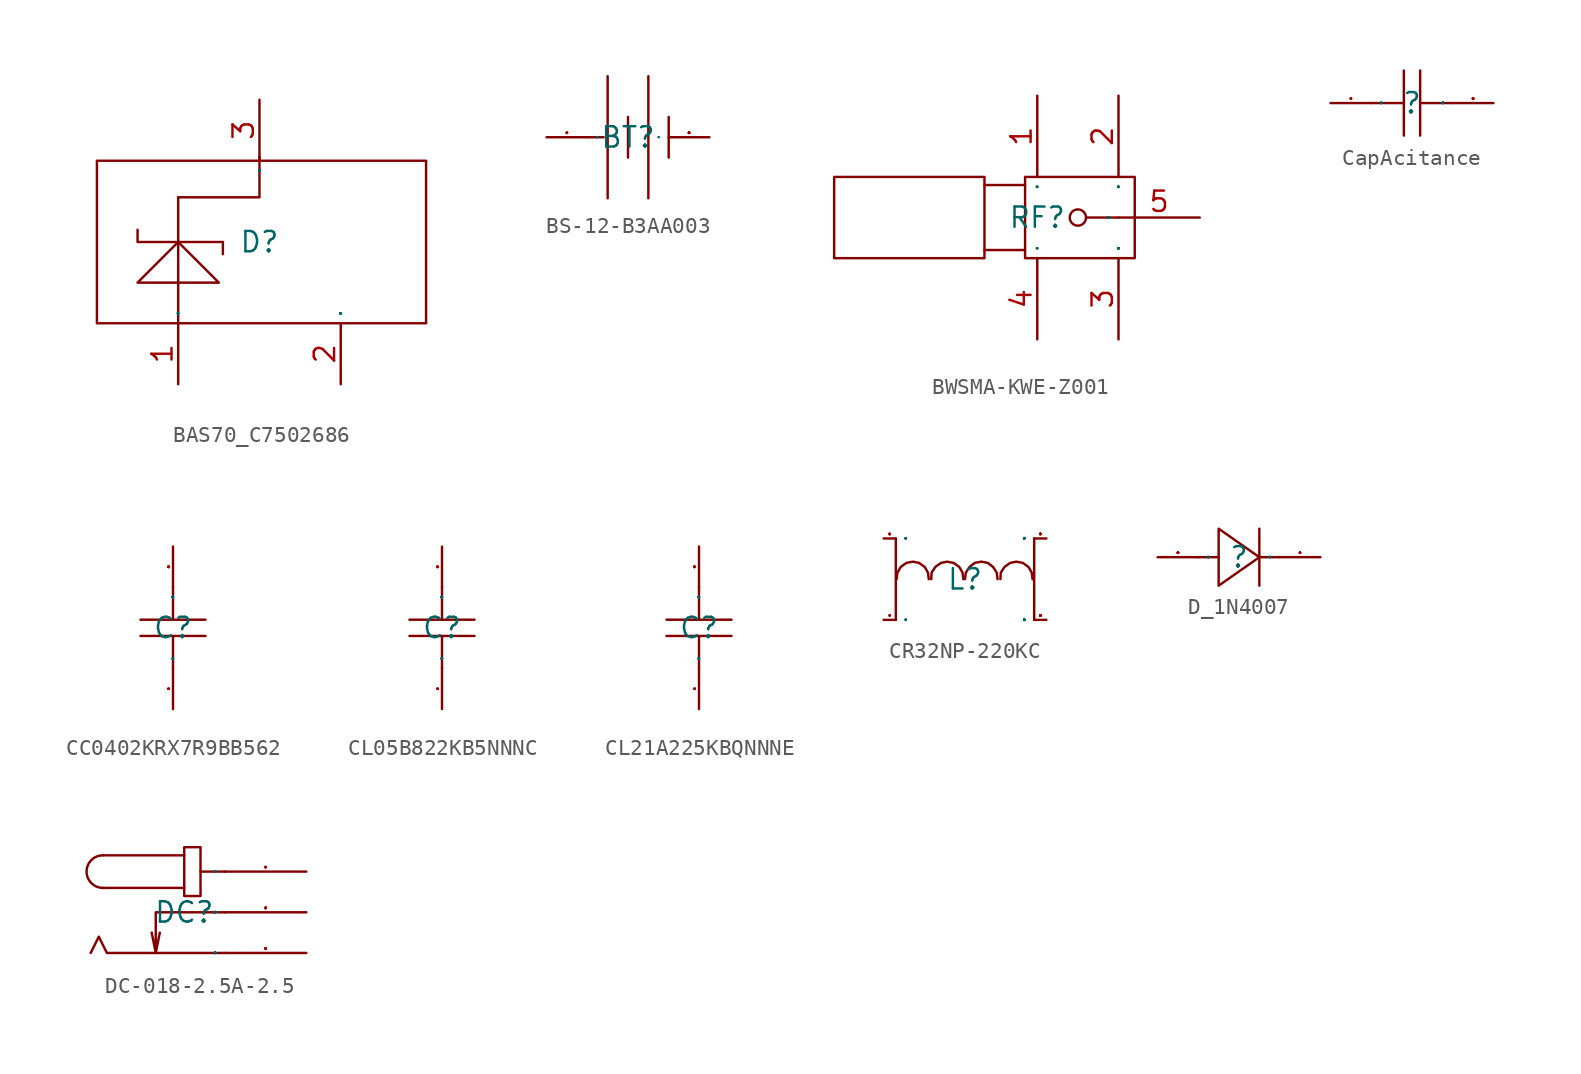
<source format=kicad_sym>
(kicad_symbol_lib
  (version 20241209)
  (generator "kicad_symbol_editor")
  (generator_version "9.0")
  (symbol "BAS70_C7502686"
    (property "Reference" "D"
      (at 0 0 0)
      (effects (font (size 1.27 1.27))))
    (property "Value" ""
      (at 0 0 0)
      (effects (font (size 1.27 1.27))))
    (symbol "BAS70_C7502686_1_0"
      (rectangle (start -10.16 -5.08) (end 10.414 5.08) (stroke (width 0) (type default)) (fill (type none)))
      (polyline (pts (xy -7.62 0.762) (xy -7.62 0) (xy -7.62 0) (xy -5.08 0) (xy -5.08 0) (xy -2.286 0)) (stroke (width 0) (type default)) (fill (type none)))
      (polyline (pts (xy -5.08 2.794) (xy -5.08 -5.08)) (stroke (width 0) (type default)) (fill (type none)))
      (polyline (pts (xy -5.08 2.794) (xy 0 2.794) (xy 0 2.794) (xy 0 5.334)) (stroke (width 0) (type default)) (fill (type none)))
      (polyline (pts (xy -2.54 -2.54) (xy -5.08 0) (xy -5.08 0) (xy -7.62 -2.54) (xy -7.62 -2.54) (xy -2.54 -2.54)) (stroke (width 0) (type default)) (fill (type none)))
      (polyline (pts (xy -2.286 0) (xy -2.286 -0.762)) (stroke (width 0) (type default)) (fill (type none)))
      (pin input line (at -5.08 -8.89 90) (length 3.81) (name "1" (effects (font (size 0.025 0.025)))) (number "1" (effects (font (size 1.27 1.27)))))
      (pin input line (at 0 8.89 270) (length 3.81) (name "3" (effects (font (size 0.025 0.025)))) (number "3" (effects (font (size 1.27 1.27)))))
      (pin input line (at 5.08 -8.89 90) (length 3.81) (name "2" (effects (font (size 0.025 0.025)))) (number "2" (effects (font (size 1.27 1.27)))))))
  (symbol "BS-12-B3AA003"
    (property "Reference" "BT"
      (at 0 0 0)
      (effects (font (size 1.27 1.27))))
    (property "Value" ""
      (at 0 0 0)
      (effects (font (size 1.27 1.27))))
    (symbol "BS-12-B3AA003_1_0"
      (polyline (pts (xy -2.54 0) (xy -1.524 0)) (stroke (width 0) (type default)) (fill (type none)))
      (polyline (pts (xy -1.27 3.81) (xy -1.27 -3.81)) (stroke (width 0) (type default)) (fill (type none)))
      (polyline (pts (xy 0 1.27) (xy 0 -1.27)) (stroke (width 0) (type default)) (fill (type none)))
      (polyline (pts (xy 1.27 3.81) (xy 1.27 -3.81)) (stroke (width 0) (type default)) (fill (type none)))
      (polyline (pts (xy 2.54 1.27) (xy 2.54 -1.27)) (stroke (width 0) (type default)) (fill (type none)))
      (pin unspecified line (at -5.08 0 0) (length 2.54) (name "+" (effects (font (size 0.025 0.025)))) (number "1" (effects (font (size 0.025 0.025)))))
      (pin unspecified line (at 5.08 0 180) (length 2.54) (name "-" (effects (font (size 0.025 0.025)))) (number "2" (effects (font (size 0.025 0.025)))))))
  (symbol "BWSMA-KWE-Z001"
    (property "Reference" "RF"
      (at 0 0 0)
      (effects (font (size 1.27 1.27))))
    (property "Value" ""
      (at 0 0 0)
      (effects (font (size 1.27 1.27))))
    (symbol "BWSMA-KWE-Z001_1_0"
      (rectangle (start -12.7 -2.54) (end -3.302 2.54) (stroke (width 0) (type default)) (fill (type none)))
      (polyline (pts (xy -3.302 2.032) (xy -0.762 2.032)) (stroke (width 0) (type default)) (fill (type none)))
      (polyline (pts (xy -3.302 -2.032) (xy -0.762 -2.032)) (stroke (width 0) (type default)) (fill (type none)))
      (rectangle (start -0.762 -2.54) (end 6.096 2.54) (stroke (width 0) (type default)) (fill (type none)))
      (circle (center 2.54 0) (radius 0.508) (stroke (width 0) (type default)) (fill (type none)))
      (polyline (pts (xy 3.048 0) (xy 5.08 0)) (stroke (width 0) (type default)) (fill (type none)))
      (pin unspecified line (at 0 7.62 270) (length 5.08) (name "1" (effects (font (size 0.025 0.025)))) (number "1" (effects (font (size 1.27 1.27)))))
      (pin unspecified line (at 0 -7.62 90) (length 5.08) (name "4" (effects (font (size 0.025 0.025)))) (number "4" (effects (font (size 1.27 1.27)))))
      (pin unspecified line (at 5.08 7.62 270) (length 5.08) (name "2" (effects (font (size 0.025 0.025)))) (number "2" (effects (font (size 1.27 1.27)))))
      (pin unspecified line (at 5.08 -7.62 90) (length 5.08) (name "3" (effects (font (size 0.025 0.025)))) (number "3" (effects (font (size 1.27 1.27)))))
      (pin unspecified line (at 10.16 0 180) (length 5.08) (name "5" (effects (font (size 0.025 0.025)))) (number "5" (effects (font (size 1.27 1.27)))))))
  (symbol "CapAcitance"
    (property "Reference" ""
      (at 0 0 0)
      (effects (font (size 1.27 1.27))))
    (symbol "CapAcitance_1_0"
      (polyline (pts (xy -0.508 0) (xy -2.54 0)) (stroke (width 0) (type default)) (fill (type none)))
      (polyline (pts (xy -0.508 -2.032) (xy -0.508 2.032)) (stroke (width 0) (type default)) (fill (type none)))
      (polyline (pts (xy 0.508 2.032) (xy 0.508 -2.032)) (stroke (width 0) (type default)) (fill (type none)))
      (polyline (pts (xy 2.54 0) (xy 0.508 0)) (stroke (width 0) (type default)) (fill (type none)))
      (pin input line (at -5.08 0 0) (length 2.54) (name "1" (effects (font (size 0.025 0.025)))) (number "1" (effects (font (size 0.025 0.025)))))
      (pin input line (at 5.08 0 180) (length 2.54) (name "2" (effects (font (size 0.025 0.025)))) (number "2" (effects (font (size 0.025 0.025)))))))
  (symbol "CC0402KRX7R9BB562"
    (property "Reference" "C"
      (at 0 0 0)
      (effects (font (size 1.27 1.27))))
    (symbol "CC0402KRX7R9BB562_1_0"
      (polyline (pts (xy -2.032 0.508) (xy 2.032 0.508)) (stroke (width 0) (type default)) (fill (type none)))
      (polyline (pts (xy 0 2.54) (xy 0 0.508)) (stroke (width 0) (type default)) (fill (type none)))
      (polyline (pts (xy 0 -0.508) (xy 0 -2.54)) (stroke (width 0) (type default)) (fill (type none)))
      (polyline (pts (xy 2.032 -0.508) (xy -2.032 -0.508)) (stroke (width 0) (type default)) (fill (type none)))
      (pin unspecified line (at 0 5.08 270) (length 2.54) (name "2" (effects (font (size 0.025 0.025)))) (number "2" (effects (font (size 0.025 0.025)))))
      (pin unspecified line (at 0 -5.08 90) (length 2.54) (name "1" (effects (font (size 0.025 0.025)))) (number "1" (effects (font (size 0.025 0.025)))))))
  (symbol "CL05B822KB5NNNC"
    (property "Reference" "C"
      (at 0 0 0)
      (effects (font (size 1.27 1.27))))
    (symbol "CL05B822KB5NNNC_1_0"
      (polyline (pts (xy -2.032 0.508) (xy 2.032 0.508)) (stroke (width 0) (type default)) (fill (type none)))
      (polyline (pts (xy 0 2.54) (xy 0 0.508)) (stroke (width 0) (type default)) (fill (type none)))
      (polyline (pts (xy 0 -0.508) (xy 0 -2.54)) (stroke (width 0) (type default)) (fill (type none)))
      (polyline (pts (xy 2.032 -0.508) (xy -2.032 -0.508)) (stroke (width 0) (type default)) (fill (type none)))
      (pin unspecified line (at 0 5.08 270) (length 2.54) (name "2" (effects (font (size 0.025 0.025)))) (number "2" (effects (font (size 0.025 0.025)))))
      (pin unspecified line (at 0 -5.08 90) (length 2.54) (name "1" (effects (font (size 0.025 0.025)))) (number "1" (effects (font (size 0.025 0.025)))))))
  (symbol "CL21A225KBQNNNE"
    (property "Reference" "C"
      (at 0 0 0)
      (effects (font (size 1.27 1.27))))
    (symbol "CL21A225KBQNNNE_1_0"
      (polyline (pts (xy -2.032 0.508) (xy 2.032 0.508)) (stroke (width 0) (type default)) (fill (type none)))
      (polyline (pts (xy 0 2.54) (xy 0 0.508)) (stroke (width 0) (type default)) (fill (type none)))
      (polyline (pts (xy 0 -0.508) (xy 0 -2.54)) (stroke (width 0) (type default)) (fill (type none)))
      (polyline (pts (xy 2.032 -0.508) (xy -2.032 -0.508)) (stroke (width 0) (type default)) (fill (type none)))
      (pin unspecified line (at 0 5.08 270) (length 2.54) (name "2" (effects (font (size 0.025 0.025)))) (number "2" (effects (font (size 0.025 0.025)))))
      (pin unspecified line (at 0 -5.08 90) (length 2.54) (name "1" (effects (font (size 0.025 0.025)))) (number "1" (effects (font (size 0.025 0.025)))))))
  (symbol "CR32NP-220KC"
    (property "Reference" "L"
      (at 0 0 0)
      (effects (font (size 1.27 1.27))))
    (symbol "CR32NP-220KC_1_0"
      (polyline (pts (xy -4.318 2.54) (xy -4.318 -2.54)) (stroke (width 0) (type default)) (fill (type none)))
      (polyline (pts (xy -4.267 0) (xy -4.216 0.406) (xy -4.216 0.406) (xy -4.013 0.762) (xy -4.013 0.762) (xy -3.658 1.016) (xy -3.658 1.016) (xy -3.251 1.092) (xy -3.251 1.092) (xy -2.87 1.016) (xy -2.87 1.016) (xy -2.515 0.762) (xy -2.515 0.762) (xy -2.311 0.406) (xy -2.311 0.406) (xy -2.261 0)) (stroke (width 0) (type default)) (fill (type none)))
      (polyline (pts (xy -2.108 0) (xy -2.083 0.406) (xy -2.083 0.406) (xy -1.854 0.762) (xy -1.854 0.762) (xy -1.499 1.016) (xy -1.499 1.016) (xy -1.118 1.092) (xy -1.118 1.092) (xy -0.711 1.016) (xy -0.711 1.016) (xy -0.356 0.762) (xy -0.356 0.762) (xy -0.152 0.406) (xy -0.152 0.406) (xy -0.102 0)) (stroke (width 0) (type default)) (fill (type none)))
      (polyline (pts (xy 0 0) (xy 0.051 0.406) (xy 0.051 0.406) (xy 0.279 0.762) (xy 0.279 0.762) (xy 0.61 1.016) (xy 0.61 1.016) (xy 1.016 1.092) (xy 1.016 1.092) (xy 1.422 1.016) (xy 1.422 1.016) (xy 1.753 0.762) (xy 1.753 0.762) (xy 1.981 0.406) (xy 1.981 0.406) (xy 2.032 0)) (stroke (width 0) (type default)) (fill (type none)))
      (polyline (pts (xy 2.21 0) (xy 2.235 0.406) (xy 2.235 0.406) (xy 2.464 0.762) (xy 2.464 0.762) (xy 2.819 1.016) (xy 2.819 1.016) (xy 3.2 1.092) (xy 3.2 1.092) (xy 3.607 1.016) (xy 3.607 1.016) (xy 3.962 0.762) (xy 3.962 0.762) (xy 4.166 0.406) (xy 4.166 0.406) (xy 4.216 0)) (stroke (width 0) (type default)) (fill (type none)))
      (polyline (pts (xy 4.318 2.54) (xy 4.318 -2.54)) (stroke (width 0) (type default)) (fill (type none)))
      (pin unspecified line (at -5.08 2.54 0) (length 0.762) (name "1" (effects (font (size 0.025 0.025)))) (number "1" (effects (font (size 0.025 0.025)))))
      (pin unspecified line (at -5.08 -2.54 0) (length 0.762) (name "4" (effects (font (size 0.025 0.025)))) (number "4" (effects (font (size 0.025 0.025)))))
      (pin unspecified line (at 5.08 2.54 180) (length 0.762) (name "2" (effects (font (size 0.025 0.025)))) (number "2" (effects (font (size 0.025 0.025)))))
      (pin unspecified line (at 5.08 -2.54 180) (length 0.762) (name "3" (effects (font (size 0.025 0.025)))) (number "3" (effects (font (size 0.025 0.025)))))))
  (symbol "D_1N4007"
    (property "Reference" ""
      (at 0 0 0)
      (effects (font (size 1.27 1.27))))
    (property "Value" ""
      (at 0 0 0)
      (effects (font (size 1.27 1.27))))
    (symbol "D_1N4007_1_0"
      (polyline (pts (xy -2.54 0) (xy -1.27 0)) (stroke (width 0) (type default)) (fill (type none)))
      (polyline (pts (xy -1.27 -1.778) (xy 1.27 0) (xy -1.27 1.778) (xy -1.27 -1.778)) (stroke (width 0) (type default)) (fill (type none)))
      (polyline (pts (xy 1.27 0) (xy 2.54 0)) (stroke (width 0) (type default)) (fill (type none)))
      (polyline (pts (xy 1.27 -1.778) (xy 1.27 1.778)) (stroke (width 0) (type default)) (fill (type none)))
      (pin input line (at -5.08 0 0) (length 2.54) (name "A" (effects (font (size 0.025 0.025)))) (number "2" (effects (font (size 0.025 0.025)))))
      (pin input line (at 5.08 0 180) (length 2.54) (name "K" (effects (font (size 0.025 0.025)))) (number "1" (effects (font (size 0.025 0.025)))))))
  (symbol "DC-018-2.5A-2.5"
    (property "Reference" "DC"
      (at 0 0 0)
      (effects (font (size 1.27 1.27))))
    (property "Value" ""
      (at 0 0 0)
      (effects (font (size 1.27 1.27))))
    (symbol "DC-018-2.5A-2.5_1_0"
      (arc (start -5.08 1.524) (mid -6.096 2.54) (end -5.08 3.556) (stroke (width 0) (type default)) (fill (type none)))
      (polyline (pts (xy -1.778 -2.54) (xy -1.524 -1.27)) (stroke (width 0) (type default)) (fill (type none)))
      (polyline (pts (xy 0 3.556) (xy -5.08 3.556)) (stroke (width 0) (type default)) (fill (type none)))
      (polyline (pts (xy 0 1.524) (xy -5.08 1.524)) (stroke (width 0) (type default)) (fill (type none)))
      (rectangle (start 0 1.016) (end 1.016 4.064) (stroke (width 0) (type default)) (fill (type none)))
      (polyline (pts (xy 2.54 2.54) (xy 1.016 2.54)) (stroke (width 0) (type default)) (fill (type none)))
      (polyline (pts (xy 2.54 0) (xy -1.778 0) (xy -1.778 0) (xy -1.778 -2.54) (xy -1.778 -2.54) (xy -2.032 -1.27)) (stroke (width 0) (type default)) (fill (type none)))
      (polyline (pts (xy 2.54 -2.54) (xy -4.826 -2.54) (xy -4.826 -2.54) (xy -5.334 -1.524) (xy -5.334 -1.524) (xy -5.842 -2.54)) (stroke (width 0) (type default)) (fill (type none)))
      (pin unspecified line (at 7.62 2.54 180) (length 5.08) (name "1" (effects (font (size 0.025 0.025)))) (number "1" (effects (font (size 0.025 0.025)))))
      (pin unspecified line (at 7.62 0 180) (length 5.08) (name "3" (effects (font (size 0.025 0.025)))) (number "3" (effects (font (size 0.025 0.025)))))
      (pin unspecified line (at 7.62 -2.54 180) (length 5.08) (name "2" (effects (font (size 0.025 0.025)))) (number "2" (effects (font (size 0.025 0.025))))))))
</source>
